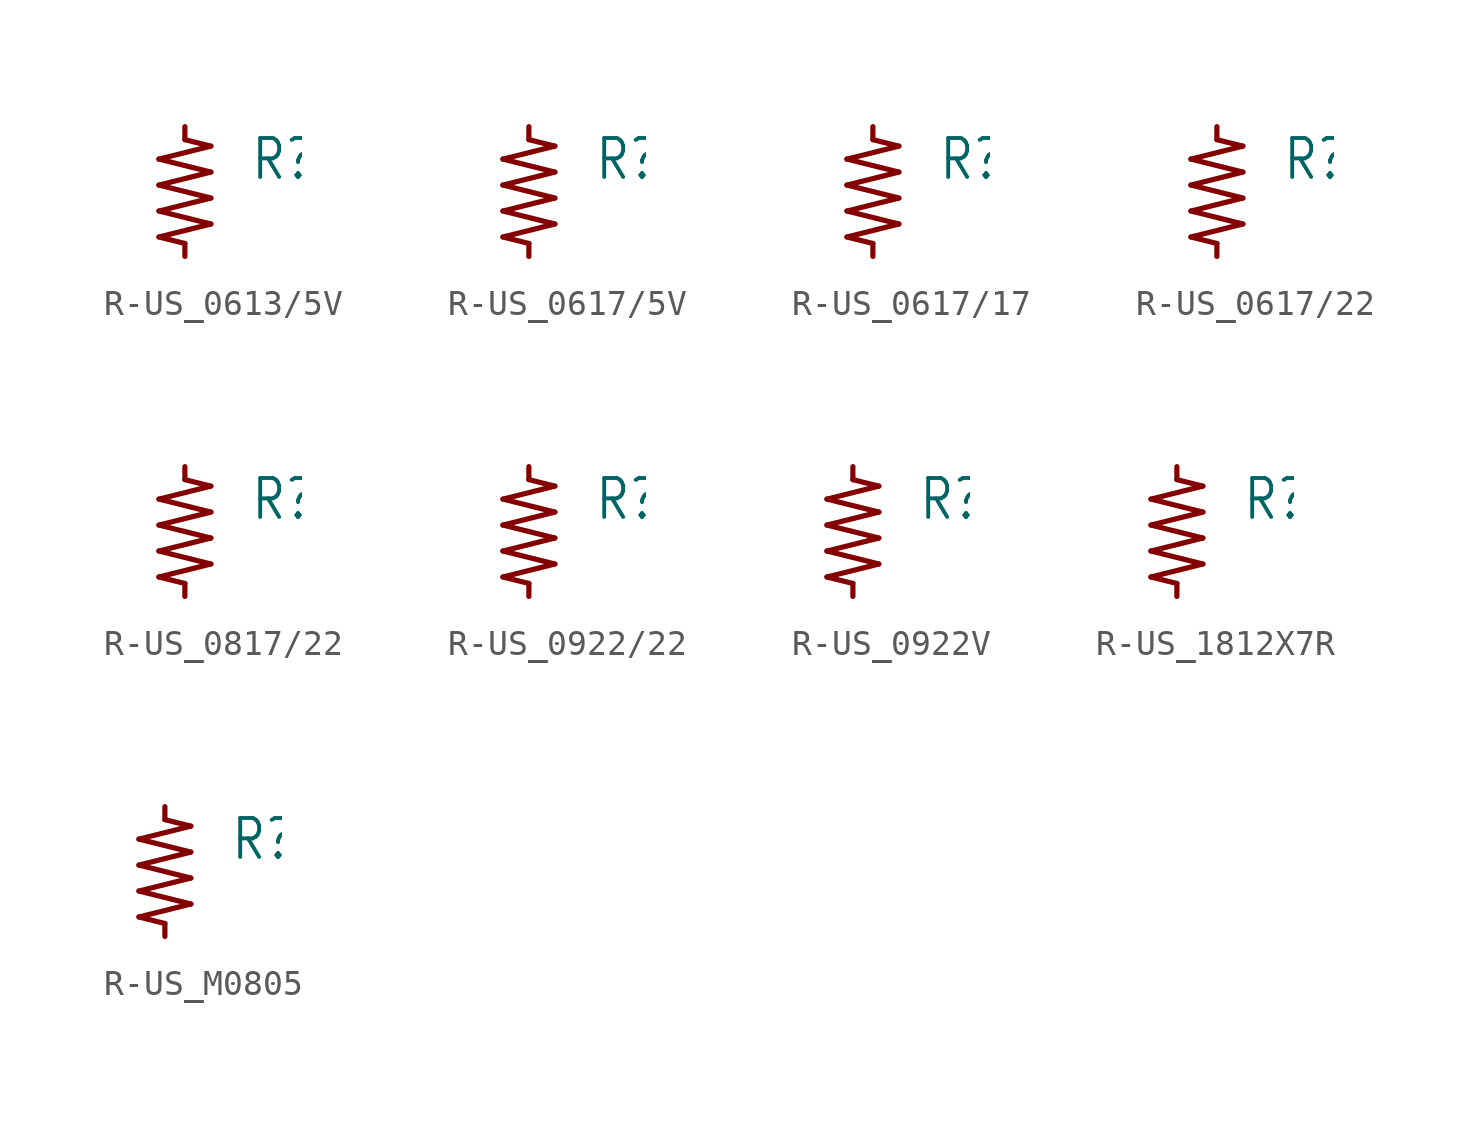
<source format=kicad_sym>
(kicad_symbol_lib
  (version 20220914)
  (generator kicad_symbol_editor)
  (symbol "R-US_0613/5V"
    (property "Reference" "R"
      (at 2.54 1.27 0)
      (effects (font (size 1.524 1.295)) (justify left)))
    (property "Value" ""
      (at 2.54 -1.27 0)
      (effects (font (size 1.524 1.295)) (justify left)))
    (property "ki_locked" ""
      (at 0 0 0)
      (effects (font (size 1.27 1.27))))
    (symbol "R-US_0613/5V_1_0"
      (polyline (pts (xy -1.016 -1.778) (xy 0 -2.032)) (stroke (width 0.203) (type solid)) (fill (type none)))
      (polyline (pts (xy -1.016 -0.762) (xy 1.016 -0.254)) (stroke (width 0.203) (type solid)) (fill (type none)))
      (polyline (pts (xy -1.016 0.254) (xy 1.016 0.762)) (stroke (width 0.203) (type solid)) (fill (type none)))
      (polyline (pts (xy -1.016 1.27) (xy 1.016 1.778)) (stroke (width 0.203) (type solid)) (fill (type none)))
      (polyline (pts (xy 0 -2.032) (xy 0 -2.54)) (stroke (width 0.203) (type solid)) (fill (type none)))
      (polyline (pts (xy 0 2.032) (xy 0 2.54)) (stroke (width 0.203) (type solid)) (fill (type none)))
      (polyline (pts (xy 1.016 -1.27) (xy -1.016 -1.778)) (stroke (width 0.203) (type solid)) (fill (type none)))
      (polyline (pts (xy 1.016 -1.27) (xy -1.016 -0.762)) (stroke (width 0.203) (type solid)) (fill (type none)))
      (polyline (pts (xy 1.016 -0.254) (xy -1.016 0.254)) (stroke (width 0.203) (type solid)) (fill (type none)))
      (polyline (pts (xy 1.016 0.762) (xy -1.016 1.27)) (stroke (width 0.203) (type solid)) (fill (type none)))
      (polyline (pts (xy 1.016 1.778) (xy 0 2.032)) (stroke (width 0.203) (type solid)) (fill (type none)))
      (pin passive line (at 0 -2.54 90) (length 0) (name "1" (effects (font (size 0 0)))) (number "1" (effects (font (size 0 0)))))
      (pin passive line (at 0 2.54 270) (length 0) (name "2" (effects (font (size 0 0)))) (number "2" (effects (font (size 0 0)))))))
  (symbol "R-US_0617/5V"
    (property "Reference" "R"
      (at 2.54 1.27 0)
      (effects (font (size 1.524 1.295)) (justify left)))
    (property "Value" ""
      (at 2.54 -1.27 0)
      (effects (font (size 1.524 1.295)) (justify left)))
    (property "ki_locked" ""
      (at 0 0 0)
      (effects (font (size 1.27 1.27))))
    (symbol "R-US_0617/5V_1_0"
      (polyline (pts (xy -1.016 -1.778) (xy 0 -2.032)) (stroke (width 0.203) (type solid)) (fill (type none)))
      (polyline (pts (xy -1.016 -0.762) (xy 1.016 -0.254)) (stroke (width 0.203) (type solid)) (fill (type none)))
      (polyline (pts (xy -1.016 0.254) (xy 1.016 0.762)) (stroke (width 0.203) (type solid)) (fill (type none)))
      (polyline (pts (xy -1.016 1.27) (xy 1.016 1.778)) (stroke (width 0.203) (type solid)) (fill (type none)))
      (polyline (pts (xy 0 -2.032) (xy 0 -2.54)) (stroke (width 0.203) (type solid)) (fill (type none)))
      (polyline (pts (xy 0 2.032) (xy 0 2.54)) (stroke (width 0.203) (type solid)) (fill (type none)))
      (polyline (pts (xy 1.016 -1.27) (xy -1.016 -1.778)) (stroke (width 0.203) (type solid)) (fill (type none)))
      (polyline (pts (xy 1.016 -1.27) (xy -1.016 -0.762)) (stroke (width 0.203) (type solid)) (fill (type none)))
      (polyline (pts (xy 1.016 -0.254) (xy -1.016 0.254)) (stroke (width 0.203) (type solid)) (fill (type none)))
      (polyline (pts (xy 1.016 0.762) (xy -1.016 1.27)) (stroke (width 0.203) (type solid)) (fill (type none)))
      (polyline (pts (xy 1.016 1.778) (xy 0 2.032)) (stroke (width 0.203) (type solid)) (fill (type none)))
      (pin passive line (at 0 -2.54 90) (length 0) (name "1" (effects (font (size 0 0)))) (number "1" (effects (font (size 0 0)))))
      (pin passive line (at 0 2.54 270) (length 0) (name "2" (effects (font (size 0 0)))) (number "2" (effects (font (size 0 0)))))))
  (symbol "R-US_0617/17"
    (property "Reference" "R"
      (at 2.54 1.27 0)
      (effects (font (size 1.524 1.295)) (justify left)))
    (property "Value" ""
      (at 2.54 -1.27 0)
      (effects (font (size 1.524 1.295)) (justify left)))
    (property "ki_locked" ""
      (at 0 0 0)
      (effects (font (size 1.27 1.27))))
    (symbol "R-US_0617/17_1_0"
      (polyline (pts (xy -1.016 -1.778) (xy 0 -2.032)) (stroke (width 0.203) (type solid)) (fill (type none)))
      (polyline (pts (xy -1.016 -0.762) (xy 1.016 -0.254)) (stroke (width 0.203) (type solid)) (fill (type none)))
      (polyline (pts (xy -1.016 0.254) (xy 1.016 0.762)) (stroke (width 0.203) (type solid)) (fill (type none)))
      (polyline (pts (xy -1.016 1.27) (xy 1.016 1.778)) (stroke (width 0.203) (type solid)) (fill (type none)))
      (polyline (pts (xy 0 -2.032) (xy 0 -2.54)) (stroke (width 0.203) (type solid)) (fill (type none)))
      (polyline (pts (xy 0 2.032) (xy 0 2.54)) (stroke (width 0.203) (type solid)) (fill (type none)))
      (polyline (pts (xy 1.016 -1.27) (xy -1.016 -1.778)) (stroke (width 0.203) (type solid)) (fill (type none)))
      (polyline (pts (xy 1.016 -1.27) (xy -1.016 -0.762)) (stroke (width 0.203) (type solid)) (fill (type none)))
      (polyline (pts (xy 1.016 -0.254) (xy -1.016 0.254)) (stroke (width 0.203) (type solid)) (fill (type none)))
      (polyline (pts (xy 1.016 0.762) (xy -1.016 1.27)) (stroke (width 0.203) (type solid)) (fill (type none)))
      (polyline (pts (xy 1.016 1.778) (xy 0 2.032)) (stroke (width 0.203) (type solid)) (fill (type none)))
      (pin passive line (at 0 -2.54 90) (length 0) (name "1" (effects (font (size 0 0)))) (number "1" (effects (font (size 0 0)))))
      (pin passive line (at 0 2.54 270) (length 0) (name "2" (effects (font (size 0 0)))) (number "2" (effects (font (size 0 0)))))))
  (symbol "R-US_0617/22"
    (property "Reference" "R"
      (at 2.54 1.27 0)
      (effects (font (size 1.524 1.295)) (justify left)))
    (property "Value" ""
      (at 2.54 -1.27 0)
      (effects (font (size 1.524 1.295)) (justify left)))
    (property "ki_locked" ""
      (at 0 0 0)
      (effects (font (size 1.27 1.27))))
    (symbol "R-US_0617/22_1_0"
      (polyline (pts (xy -1.016 -1.778) (xy 0 -2.032)) (stroke (width 0.203) (type solid)) (fill (type none)))
      (polyline (pts (xy -1.016 -0.762) (xy 1.016 -0.254)) (stroke (width 0.203) (type solid)) (fill (type none)))
      (polyline (pts (xy -1.016 0.254) (xy 1.016 0.762)) (stroke (width 0.203) (type solid)) (fill (type none)))
      (polyline (pts (xy -1.016 1.27) (xy 1.016 1.778)) (stroke (width 0.203) (type solid)) (fill (type none)))
      (polyline (pts (xy 0 -2.032) (xy 0 -2.54)) (stroke (width 0.203) (type solid)) (fill (type none)))
      (polyline (pts (xy 0 2.032) (xy 0 2.54)) (stroke (width 0.203) (type solid)) (fill (type none)))
      (polyline (pts (xy 1.016 -1.27) (xy -1.016 -1.778)) (stroke (width 0.203) (type solid)) (fill (type none)))
      (polyline (pts (xy 1.016 -1.27) (xy -1.016 -0.762)) (stroke (width 0.203) (type solid)) (fill (type none)))
      (polyline (pts (xy 1.016 -0.254) (xy -1.016 0.254)) (stroke (width 0.203) (type solid)) (fill (type none)))
      (polyline (pts (xy 1.016 0.762) (xy -1.016 1.27)) (stroke (width 0.203) (type solid)) (fill (type none)))
      (polyline (pts (xy 1.016 1.778) (xy 0 2.032)) (stroke (width 0.203) (type solid)) (fill (type none)))
      (pin passive line (at 0 -2.54 90) (length 0) (name "1" (effects (font (size 0 0)))) (number "1" (effects (font (size 0 0)))))
      (pin passive line (at 0 2.54 270) (length 0) (name "2" (effects (font (size 0 0)))) (number "2" (effects (font (size 0 0)))))))
  (symbol "R-US_0817/22"
    (property "Reference" "R"
      (at 2.54 1.27 0)
      (effects (font (size 1.524 1.295)) (justify left)))
    (property "Value" ""
      (at 2.54 -1.27 0)
      (effects (font (size 1.524 1.295)) (justify left)))
    (property "ki_locked" ""
      (at 0 0 0)
      (effects (font (size 1.27 1.27))))
    (symbol "R-US_0817/22_1_0"
      (polyline (pts (xy -1.016 -1.778) (xy 0 -2.032)) (stroke (width 0.203) (type solid)) (fill (type none)))
      (polyline (pts (xy -1.016 -0.762) (xy 1.016 -0.254)) (stroke (width 0.203) (type solid)) (fill (type none)))
      (polyline (pts (xy -1.016 0.254) (xy 1.016 0.762)) (stroke (width 0.203) (type solid)) (fill (type none)))
      (polyline (pts (xy -1.016 1.27) (xy 1.016 1.778)) (stroke (width 0.203) (type solid)) (fill (type none)))
      (polyline (pts (xy 0 -2.032) (xy 0 -2.54)) (stroke (width 0.203) (type solid)) (fill (type none)))
      (polyline (pts (xy 0 2.032) (xy 0 2.54)) (stroke (width 0.203) (type solid)) (fill (type none)))
      (polyline (pts (xy 1.016 -1.27) (xy -1.016 -1.778)) (stroke (width 0.203) (type solid)) (fill (type none)))
      (polyline (pts (xy 1.016 -1.27) (xy -1.016 -0.762)) (stroke (width 0.203) (type solid)) (fill (type none)))
      (polyline (pts (xy 1.016 -0.254) (xy -1.016 0.254)) (stroke (width 0.203) (type solid)) (fill (type none)))
      (polyline (pts (xy 1.016 0.762) (xy -1.016 1.27)) (stroke (width 0.203) (type solid)) (fill (type none)))
      (polyline (pts (xy 1.016 1.778) (xy 0 2.032)) (stroke (width 0.203) (type solid)) (fill (type none)))
      (pin passive line (at 0 -2.54 90) (length 0) (name "1" (effects (font (size 0 0)))) (number "1" (effects (font (size 0 0)))))
      (pin passive line (at 0 2.54 270) (length 0) (name "2" (effects (font (size 0 0)))) (number "2" (effects (font (size 0 0)))))))
  (symbol "R-US_0922/22"
    (property "Reference" "R"
      (at 2.54 1.27 0)
      (effects (font (size 1.524 1.295)) (justify left)))
    (property "Value" ""
      (at 2.54 -1.27 0)
      (effects (font (size 1.524 1.295)) (justify left)))
    (property "ki_locked" ""
      (at 0 0 0)
      (effects (font (size 1.27 1.27))))
    (symbol "R-US_0922/22_1_0"
      (polyline (pts (xy -1.016 -1.778) (xy 0 -2.032)) (stroke (width 0.203) (type solid)) (fill (type none)))
      (polyline (pts (xy -1.016 -0.762) (xy 1.016 -0.254)) (stroke (width 0.203) (type solid)) (fill (type none)))
      (polyline (pts (xy -1.016 0.254) (xy 1.016 0.762)) (stroke (width 0.203) (type solid)) (fill (type none)))
      (polyline (pts (xy -1.016 1.27) (xy 1.016 1.778)) (stroke (width 0.203) (type solid)) (fill (type none)))
      (polyline (pts (xy 0 -2.032) (xy 0 -2.54)) (stroke (width 0.203) (type solid)) (fill (type none)))
      (polyline (pts (xy 0 2.032) (xy 0 2.54)) (stroke (width 0.203) (type solid)) (fill (type none)))
      (polyline (pts (xy 1.016 -1.27) (xy -1.016 -1.778)) (stroke (width 0.203) (type solid)) (fill (type none)))
      (polyline (pts (xy 1.016 -1.27) (xy -1.016 -0.762)) (stroke (width 0.203) (type solid)) (fill (type none)))
      (polyline (pts (xy 1.016 -0.254) (xy -1.016 0.254)) (stroke (width 0.203) (type solid)) (fill (type none)))
      (polyline (pts (xy 1.016 0.762) (xy -1.016 1.27)) (stroke (width 0.203) (type solid)) (fill (type none)))
      (polyline (pts (xy 1.016 1.778) (xy 0 2.032)) (stroke (width 0.203) (type solid)) (fill (type none)))
      (pin passive line (at 0 -2.54 90) (length 0) (name "1" (effects (font (size 0 0)))) (number "1" (effects (font (size 0 0)))))
      (pin passive line (at 0 2.54 270) (length 0) (name "2" (effects (font (size 0 0)))) (number "2" (effects (font (size 0 0)))))))
  (symbol "R-US_0922V"
    (property "Reference" "R"
      (at 2.54 1.27 0)
      (effects (font (size 1.524 1.295)) (justify left)))
    (property "Value" ""
      (at 2.54 -1.27 0)
      (effects (font (size 1.524 1.295)) (justify left)))
    (property "ki_locked" ""
      (at 0 0 0)
      (effects (font (size 1.27 1.27))))
    (symbol "R-US_0922V_1_0"
      (polyline (pts (xy -1.016 -1.778) (xy 0 -2.032)) (stroke (width 0.203) (type solid)) (fill (type none)))
      (polyline (pts (xy -1.016 -0.762) (xy 1.016 -0.254)) (stroke (width 0.203) (type solid)) (fill (type none)))
      (polyline (pts (xy -1.016 0.254) (xy 1.016 0.762)) (stroke (width 0.203) (type solid)) (fill (type none)))
      (polyline (pts (xy -1.016 1.27) (xy 1.016 1.778)) (stroke (width 0.203) (type solid)) (fill (type none)))
      (polyline (pts (xy 0 -2.032) (xy 0 -2.54)) (stroke (width 0.203) (type solid)) (fill (type none)))
      (polyline (pts (xy 0 2.032) (xy 0 2.54)) (stroke (width 0.203) (type solid)) (fill (type none)))
      (polyline (pts (xy 1.016 -1.27) (xy -1.016 -1.778)) (stroke (width 0.203) (type solid)) (fill (type none)))
      (polyline (pts (xy 1.016 -1.27) (xy -1.016 -0.762)) (stroke (width 0.203) (type solid)) (fill (type none)))
      (polyline (pts (xy 1.016 -0.254) (xy -1.016 0.254)) (stroke (width 0.203) (type solid)) (fill (type none)))
      (polyline (pts (xy 1.016 0.762) (xy -1.016 1.27)) (stroke (width 0.203) (type solid)) (fill (type none)))
      (polyline (pts (xy 1.016 1.778) (xy 0 2.032)) (stroke (width 0.203) (type solid)) (fill (type none)))
      (pin passive line (at 0 -2.54 90) (length 0) (name "1" (effects (font (size 0 0)))) (number "1" (effects (font (size 0 0)))))
      (pin passive line (at 0 2.54 270) (length 0) (name "2" (effects (font (size 0 0)))) (number "2" (effects (font (size 0 0)))))))
  (symbol "R-US_1812X7R"
    (property "Reference" "R"
      (at 2.54 1.27 0)
      (effects (font (size 1.524 1.295)) (justify left)))
    (property "Value" ""
      (at 2.54 -1.27 0)
      (effects (font (size 1.524 1.295)) (justify left)))
    (property "ki_locked" ""
      (at 0 0 0)
      (effects (font (size 1.27 1.27))))
    (symbol "R-US_1812X7R_1_0"
      (polyline (pts (xy -1.016 -1.778) (xy 0 -2.032)) (stroke (width 0.203) (type solid)) (fill (type none)))
      (polyline (pts (xy -1.016 -0.762) (xy 1.016 -0.254)) (stroke (width 0.203) (type solid)) (fill (type none)))
      (polyline (pts (xy -1.016 0.254) (xy 1.016 0.762)) (stroke (width 0.203) (type solid)) (fill (type none)))
      (polyline (pts (xy -1.016 1.27) (xy 1.016 1.778)) (stroke (width 0.203) (type solid)) (fill (type none)))
      (polyline (pts (xy 0 -2.032) (xy 0 -2.54)) (stroke (width 0.203) (type solid)) (fill (type none)))
      (polyline (pts (xy 0 2.032) (xy 0 2.54)) (stroke (width 0.203) (type solid)) (fill (type none)))
      (polyline (pts (xy 1.016 -1.27) (xy -1.016 -1.778)) (stroke (width 0.203) (type solid)) (fill (type none)))
      (polyline (pts (xy 1.016 -1.27) (xy -1.016 -0.762)) (stroke (width 0.203) (type solid)) (fill (type none)))
      (polyline (pts (xy 1.016 -0.254) (xy -1.016 0.254)) (stroke (width 0.203) (type solid)) (fill (type none)))
      (polyline (pts (xy 1.016 0.762) (xy -1.016 1.27)) (stroke (width 0.203) (type solid)) (fill (type none)))
      (polyline (pts (xy 1.016 1.778) (xy 0 2.032)) (stroke (width 0.203) (type solid)) (fill (type none)))
      (pin passive line (at 0 -2.54 90) (length 0) (name "1" (effects (font (size 0 0)))) (number "1" (effects (font (size 0 0)))))
      (pin passive line (at 0 2.54 270) (length 0) (name "2" (effects (font (size 0 0)))) (number "2" (effects (font (size 0 0)))))))
  (symbol "R-US_M0805"
    (property "Reference" "R"
      (at 2.54 1.27 0)
      (effects (font (size 1.524 1.295)) (justify left)))
    (property "Value" ""
      (at 2.54 -1.27 0)
      (effects (font (size 1.524 1.295)) (justify left)))
    (property "ki_locked" ""
      (at 0 0 0)
      (effects (font (size 1.27 1.27))))
    (symbol "R-US_M0805_1_0"
      (polyline (pts (xy -1.016 -1.778) (xy 0 -2.032)) (stroke (width 0.203) (type solid)) (fill (type none)))
      (polyline (pts (xy -1.016 -0.762) (xy 1.016 -0.254)) (stroke (width 0.203) (type solid)) (fill (type none)))
      (polyline (pts (xy -1.016 0.254) (xy 1.016 0.762)) (stroke (width 0.203) (type solid)) (fill (type none)))
      (polyline (pts (xy -1.016 1.27) (xy 1.016 1.778)) (stroke (width 0.203) (type solid)) (fill (type none)))
      (polyline (pts (xy 0 -2.032) (xy 0 -2.54)) (stroke (width 0.203) (type solid)) (fill (type none)))
      (polyline (pts (xy 0 2.032) (xy 0 2.54)) (stroke (width 0.203) (type solid)) (fill (type none)))
      (polyline (pts (xy 1.016 -1.27) (xy -1.016 -1.778)) (stroke (width 0.203) (type solid)) (fill (type none)))
      (polyline (pts (xy 1.016 -1.27) (xy -1.016 -0.762)) (stroke (width 0.203) (type solid)) (fill (type none)))
      (polyline (pts (xy 1.016 -0.254) (xy -1.016 0.254)) (stroke (width 0.203) (type solid)) (fill (type none)))
      (polyline (pts (xy 1.016 0.762) (xy -1.016 1.27)) (stroke (width 0.203) (type solid)) (fill (type none)))
      (polyline (pts (xy 1.016 1.778) (xy 0 2.032)) (stroke (width 0.203) (type solid)) (fill (type none)))
      (pin passive line (at 0 -2.54 90) (length 0) (name "1" (effects (font (size 0 0)))) (number "1" (effects (font (size 0 0)))))
      (pin passive line (at 0 2.54 270) (length 0) (name "2" (effects (font (size 0 0)))) (number "2" (effects (font (size 0 0))))))))
</source>
